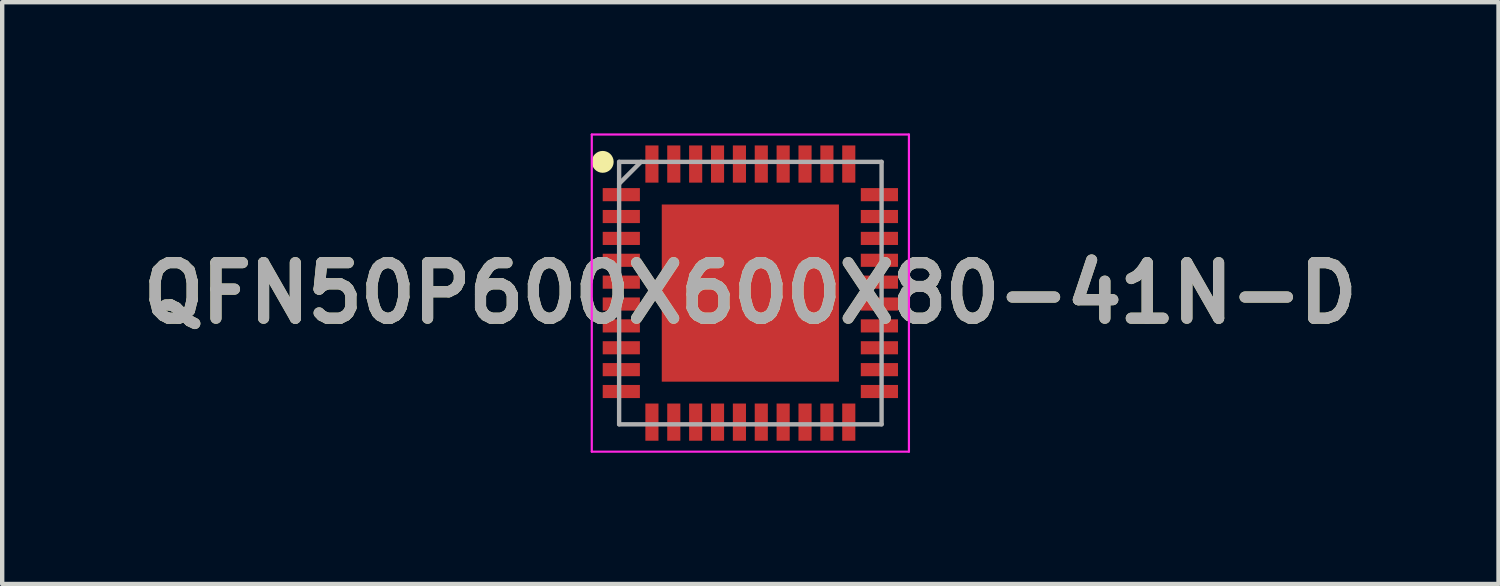
<source format=kicad_pcb>
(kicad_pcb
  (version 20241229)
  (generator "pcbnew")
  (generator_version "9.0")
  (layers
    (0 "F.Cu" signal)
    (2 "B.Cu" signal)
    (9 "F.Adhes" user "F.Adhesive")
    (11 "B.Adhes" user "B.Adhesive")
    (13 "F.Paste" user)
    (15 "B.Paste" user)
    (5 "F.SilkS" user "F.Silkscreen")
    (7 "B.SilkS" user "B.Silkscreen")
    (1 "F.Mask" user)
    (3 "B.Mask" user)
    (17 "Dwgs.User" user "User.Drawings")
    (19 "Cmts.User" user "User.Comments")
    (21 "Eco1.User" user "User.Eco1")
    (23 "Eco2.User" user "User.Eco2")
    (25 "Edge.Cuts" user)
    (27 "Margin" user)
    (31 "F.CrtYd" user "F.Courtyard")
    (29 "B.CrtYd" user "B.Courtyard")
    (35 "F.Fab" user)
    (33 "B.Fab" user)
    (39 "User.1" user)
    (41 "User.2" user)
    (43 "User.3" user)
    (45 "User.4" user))
  (footprint "QFN50P600X600X80-41N-D"
    (layer "F.Cu")
    (at 14.103 3.65)
    (property "Reference" "QFN50P600X600X80-41N-D" (at 0 0 0) (layer "F.SilkS") (effects (font (size 1.27 1.27) (thickness 0.254))))
    (attr smd)
    (fp_circle (center -3.375 -3) (end -3.375 -2.875) (stroke (width 0.25) (type solid)) (fill no) (layer "F.SilkS"))
    (fp_line (start -3.625 -3.625) (end 3.625 -3.625) (stroke (width 0.05) (type solid)) (layer "F.CrtYd"))
    (fp_line (start -3.625 3.625) (end -3.625 -3.625) (stroke (width 0.05) (type solid)) (layer "F.CrtYd"))
    (fp_line (start 3.625 -3.625) (end 3.625 3.625) (stroke (width 0.05) (type solid)) (layer "F.CrtYd"))
    (fp_line (start 3.625 3.625) (end -3.625 3.625) (stroke (width 0.05) (type solid)) (layer "F.CrtYd"))
    (fp_line (start -3 -3) (end 3 -3) (stroke (width 0.1) (type solid)) (layer "F.Fab"))
    (fp_line (start -3 -2.5) (end -2.5 -3) (stroke (width 0.1) (type solid)) (layer "F.Fab"))
    (fp_line (start -3 3) (end -3 -3) (stroke (width 0.1) (type solid)) (layer "F.Fab"))
    (fp_line (start 3 -3) (end 3 3) (stroke (width 0.1) (type solid)) (layer "F.Fab"))
    (fp_line (start 3 3) (end -3 3) (stroke (width 0.1) (type solid)) (layer "F.Fab"))
    (fp_text user "${REFERENCE}" (at 0 0 0) (layer "F.Fab") (effects (font (size 1.27 1.27) (thickness 0.254))))
    (pad "1" smd rect (at -2.95 -2.25 90) (size 0.3 0.85) (layers "F.Cu" "F.Mask" "F.Paste"))
    (pad "2" smd rect (at -2.95 -1.75 90) (size 0.3 0.85) (layers "F.Cu" "F.Mask" "F.Paste"))
    (pad "3" smd rect (at -2.95 -1.25 90) (size 0.3 0.85) (layers "F.Cu" "F.Mask" "F.Paste"))
    (pad "4" smd rect (at -2.95 -0.75 90) (size 0.3 0.85) (layers "F.Cu" "F.Mask" "F.Paste"))
    (pad "5" smd rect (at -2.95 -0.25 90) (size 0.3 0.85) (layers "F.Cu" "F.Mask" "F.Paste"))
    (pad "6" smd rect (at -2.95 0.25 90) (size 0.3 0.85) (layers "F.Cu" "F.Mask" "F.Paste"))
    (pad "7" smd rect (at -2.95 0.75 90) (size 0.3 0.85) (layers "F.Cu" "F.Mask" "F.Paste"))
    (pad "8" smd rect (at -2.95 1.25 90) (size 0.3 0.85) (layers "F.Cu" "F.Mask" "F.Paste"))
    (pad "9" smd rect (at -2.95 1.75 90) (size 0.3 0.85) (layers "F.Cu" "F.Mask" "F.Paste"))
    (pad "10" smd rect (at -2.95 2.25 90) (size 0.3 0.85) (layers "F.Cu" "F.Mask" "F.Paste"))
    (pad "11" smd rect (at -2.25 2.95) (size 0.3 0.85) (layers "F.Cu" "F.Mask" "F.Paste"))
    (pad "12" smd rect (at -1.75 2.95) (size 0.3 0.85) (layers "F.Cu" "F.Mask" "F.Paste"))
    (pad "13" smd rect (at -1.25 2.95) (size 0.3 0.85) (layers "F.Cu" "F.Mask" "F.Paste"))
    (pad "14" smd rect (at -0.75 2.95) (size 0.3 0.85) (layers "F.Cu" "F.Mask" "F.Paste"))
    (pad "15" smd rect (at -0.25 2.95) (size 0.3 0.85) (layers "F.Cu" "F.Mask" "F.Paste"))
    (pad "16" smd rect (at 0.25 2.95) (size 0.3 0.85) (layers "F.Cu" "F.Mask" "F.Paste"))
    (pad "17" smd rect (at 0.75 2.95) (size 0.3 0.85) (layers "F.Cu" "F.Mask" "F.Paste"))
    (pad "18" smd rect (at 1.25 2.95) (size 0.3 0.85) (layers "F.Cu" "F.Mask" "F.Paste"))
    (pad "19" smd rect (at 1.75 2.95) (size 0.3 0.85) (layers "F.Cu" "F.Mask" "F.Paste"))
    (pad "20" smd rect (at 2.25 2.95) (size 0.3 0.85) (layers "F.Cu" "F.Mask" "F.Paste"))
    (pad "21" smd rect (at 2.95 2.25 90) (size 0.3 0.85) (layers "F.Cu" "F.Mask" "F.Paste"))
    (pad "22" smd rect (at 2.95 1.75 90) (size 0.3 0.85) (layers "F.Cu" "F.Mask" "F.Paste"))
    (pad "23" smd rect (at 2.95 1.25 90) (size 0.3 0.85) (layers "F.Cu" "F.Mask" "F.Paste"))
    (pad "24" smd rect (at 2.95 0.75 90) (size 0.3 0.85) (layers "F.Cu" "F.Mask" "F.Paste"))
    (pad "25" smd rect (at 2.95 0.25 90) (size 0.3 0.85) (layers "F.Cu" "F.Mask" "F.Paste"))
    (pad "26" smd rect (at 2.95 -0.25 90) (size 0.3 0.85) (layers "F.Cu" "F.Mask" "F.Paste"))
    (pad "27" smd rect (at 2.95 -0.75 90) (size 0.3 0.85) (layers "F.Cu" "F.Mask" "F.Paste"))
    (pad "28" smd rect (at 2.95 -1.25 90) (size 0.3 0.85) (layers "F.Cu" "F.Mask" "F.Paste"))
    (pad "29" smd rect (at 2.95 -1.75 90) (size 0.3 0.85) (layers "F.Cu" "F.Mask" "F.Paste"))
    (pad "30" smd rect (at 2.95 -2.25 90) (size 0.3 0.85) (layers "F.Cu" "F.Mask" "F.Paste"))
    (pad "31" smd rect (at 2.25 -2.95) (size 0.3 0.85) (layers "F.Cu" "F.Mask" "F.Paste"))
    (pad "32" smd rect (at 1.75 -2.95) (size 0.3 0.85) (layers "F.Cu" "F.Mask" "F.Paste"))
    (pad "33" smd rect (at 1.25 -2.95) (size 0.3 0.85) (layers "F.Cu" "F.Mask" "F.Paste"))
    (pad "34" smd rect (at 0.75 -2.95) (size 0.3 0.85) (layers "F.Cu" "F.Mask" "F.Paste"))
    (pad "35" smd rect (at 0.25 -2.95) (size 0.3 0.85) (layers "F.Cu" "F.Mask" "F.Paste"))
    (pad "36" smd rect (at -0.25 -2.95) (size 0.3 0.85) (layers "F.Cu" "F.Mask" "F.Paste"))
    (pad "37" smd rect (at -0.75 -2.95) (size 0.3 0.85) (layers "F.Cu" "F.Mask" "F.Paste"))
    (pad "38" smd rect (at -1.25 -2.95) (size 0.3 0.85) (layers "F.Cu" "F.Mask" "F.Paste"))
    (pad "39" smd rect (at -1.75 -2.95) (size 0.3 0.85) (layers "F.Cu" "F.Mask" "F.Paste"))
    (pad "40" smd rect (at -2.25 -2.95) (size 0.3 0.85) (layers "F.Cu" "F.Mask" "F.Paste"))
    (pad "41" smd rect (at 0 0) (size 4.05 4.05) (layers "F.Cu" "F.Mask" "F.Paste")))
  (gr_rect
    (start -3 -3)
    (end 31.206 10.3)
    (stroke (width 0.1) (type default))
    (fill no)
    (layer "Edge.Cuts")))
</source>
